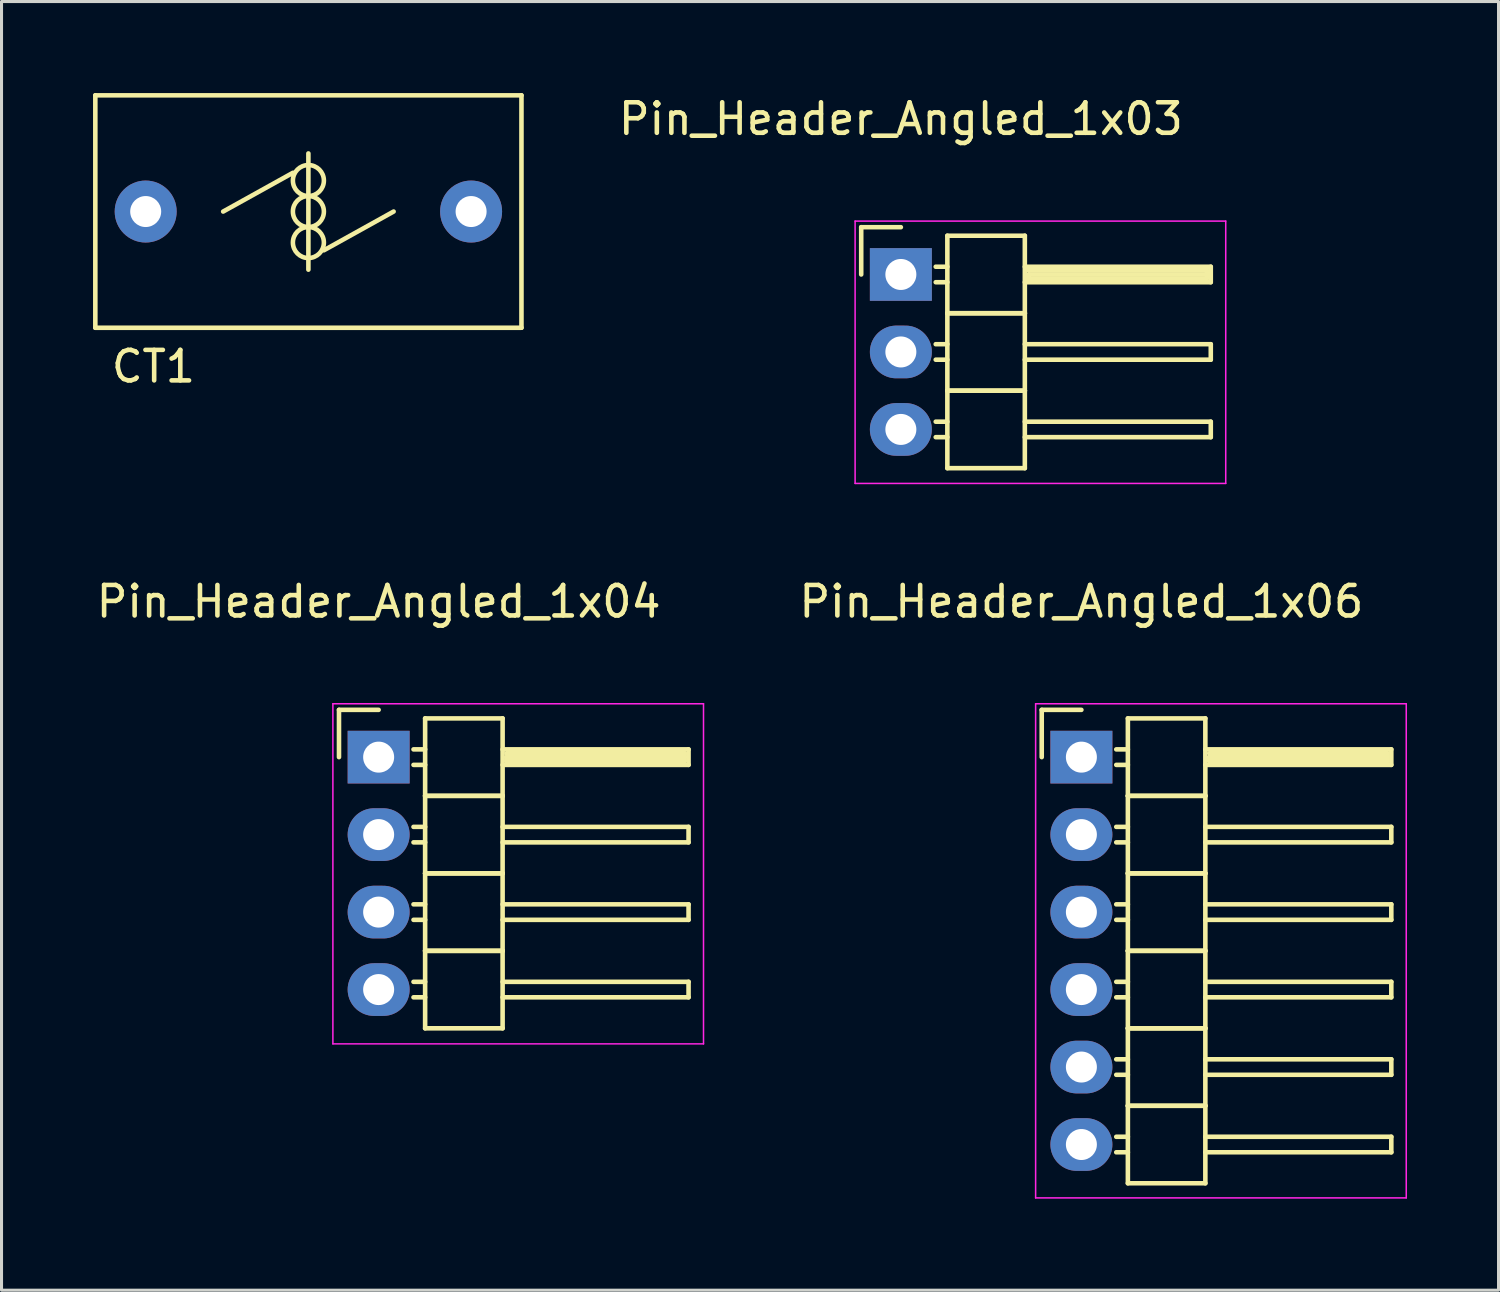
<source format=kicad_pcb>
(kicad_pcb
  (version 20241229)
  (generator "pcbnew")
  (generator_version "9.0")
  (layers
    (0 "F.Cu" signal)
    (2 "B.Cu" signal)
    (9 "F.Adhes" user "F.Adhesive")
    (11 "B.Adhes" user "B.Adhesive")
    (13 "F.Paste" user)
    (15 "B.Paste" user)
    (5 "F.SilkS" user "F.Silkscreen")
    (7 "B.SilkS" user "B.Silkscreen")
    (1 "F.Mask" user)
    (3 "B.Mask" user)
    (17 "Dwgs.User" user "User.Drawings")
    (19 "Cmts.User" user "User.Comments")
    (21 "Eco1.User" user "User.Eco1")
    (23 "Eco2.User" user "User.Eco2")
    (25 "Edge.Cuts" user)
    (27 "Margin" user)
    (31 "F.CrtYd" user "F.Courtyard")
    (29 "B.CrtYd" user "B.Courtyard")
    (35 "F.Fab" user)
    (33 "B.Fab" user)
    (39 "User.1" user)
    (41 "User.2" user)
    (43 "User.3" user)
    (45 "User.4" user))
  (footprint "Pin_Header_Angled_1x04"
    (layer "F.Cu")
    (at 9.363 21.771)
    (property "Reference" "Pin_Header_Angled_1x04" (at 0 -5.1 0) (layer "F.SilkS") (effects (font (size 1 1) (thickness 0.15))))
    (attr through_hole)
    (fp_line (start -1.3 -1.55) (end -1.3 0) (stroke (width 0.15) (type solid)) (layer "F.SilkS"))
    (fp_line (start 0 -1.55) (end -1.3 -1.55) (stroke (width 0.15) (type solid)) (layer "F.SilkS"))
    (fp_line (start 1.524 -1.27) (end 1.524 1.27) (stroke (width 0.15) (type solid)) (layer "F.SilkS"))
    (fp_line (start 1.524 -1.27) (end 4.064 -1.27) (stroke (width 0.15) (type solid)) (layer "F.SilkS"))
    (fp_line (start 1.524 -0.254) (end 1.143 -0.254) (stroke (width 0.15) (type solid)) (layer "F.SilkS"))
    (fp_line (start 1.524 0.254) (end 1.143 0.254) (stroke (width 0.15) (type solid)) (layer "F.SilkS"))
    (fp_line (start 1.524 1.27) (end 1.524 3.81) (stroke (width 0.15) (type solid)) (layer "F.SilkS"))
    (fp_line (start 1.524 1.27) (end 4.064 1.27) (stroke (width 0.15) (type solid)) (layer "F.SilkS"))
    (fp_line (start 1.524 1.27) (end 4.064 1.27) (stroke (width 0.15) (type solid)) (layer "F.SilkS"))
    (fp_line (start 1.524 2.286) (end 1.143 2.286) (stroke (width 0.15) (type solid)) (layer "F.SilkS"))
    (fp_line (start 1.524 2.794) (end 1.143 2.794) (stroke (width 0.15) (type solid)) (layer "F.SilkS"))
    (fp_line (start 1.524 3.81) (end 1.524 6.35) (stroke (width 0.15) (type solid)) (layer "F.SilkS"))
    (fp_line (start 1.524 3.81) (end 4.064 3.81) (stroke (width 0.15) (type solid)) (layer "F.SilkS"))
    (fp_line (start 1.524 3.81) (end 4.064 3.81) (stroke (width 0.15) (type solid)) (layer "F.SilkS"))
    (fp_line (start 1.524 4.826) (end 1.143 4.826) (stroke (width 0.15) (type solid)) (layer "F.SilkS"))
    (fp_line (start 1.524 5.334) (end 1.143 5.334) (stroke (width 0.15) (type solid)) (layer "F.SilkS"))
    (fp_line (start 1.524 6.35) (end 1.524 8.89) (stroke (width 0.15) (type solid)) (layer "F.SilkS"))
    (fp_line (start 1.524 6.35) (end 4.064 6.35) (stroke (width 0.15) (type solid)) (layer "F.SilkS"))
    (fp_line (start 1.524 6.35) (end 4.064 6.35) (stroke (width 0.15) (type solid)) (layer "F.SilkS"))
    (fp_line (start 1.524 7.366) (end 1.143 7.366) (stroke (width 0.15) (type solid)) (layer "F.SilkS"))
    (fp_line (start 1.524 7.874) (end 1.143 7.874) (stroke (width 0.15) (type solid)) (layer "F.SilkS"))
    (fp_line (start 1.524 8.89) (end 4.064 8.89) (stroke (width 0.15) (type solid)) (layer "F.SilkS"))
    (fp_line (start 4.064 -0.254) (end 10.16 -0.254) (stroke (width 0.15) (type solid)) (layer "F.SilkS"))
    (fp_line (start 4.064 1.27) (end 4.064 -1.27) (stroke (width 0.15) (type solid)) (layer "F.SilkS"))
    (fp_line (start 4.064 2.286) (end 10.16 2.286) (stroke (width 0.15) (type solid)) (layer "F.SilkS"))
    (fp_line (start 4.064 3.81) (end 4.064 1.27) (stroke (width 0.15) (type solid)) (layer "F.SilkS"))
    (fp_line (start 4.064 4.826) (end 10.16 4.826) (stroke (width 0.15) (type solid)) (layer "F.SilkS"))
    (fp_line (start 4.064 6.35) (end 4.064 3.81) (stroke (width 0.15) (type solid)) (layer "F.SilkS"))
    (fp_line (start 4.064 7.366) (end 10.16 7.366) (stroke (width 0.15) (type solid)) (layer "F.SilkS"))
    (fp_line (start 4.064 8.89) (end 4.064 6.35) (stroke (width 0.15) (type solid)) (layer "F.SilkS"))
    (fp_line (start 4.191 -0.127) (end 10.033 -0.127) (stroke (width 0.15) (type solid)) (layer "F.SilkS"))
    (fp_line (start 4.191 0) (end 10.033 0) (stroke (width 0.15) (type solid)) (layer "F.SilkS"))
    (fp_line (start 4.191 0.127) (end 4.191 0) (stroke (width 0.15) (type solid)) (layer "F.SilkS"))
    (fp_line (start 10.033 -0.127) (end 10.033 0.127) (stroke (width 0.15) (type solid)) (layer "F.SilkS"))
    (fp_line (start 10.033 0.127) (end 4.191 0.127) (stroke (width 0.15) (type solid)) (layer "F.SilkS"))
    (fp_line (start 10.16 -0.254) (end 10.16 0.254) (stroke (width 0.15) (type solid)) (layer "F.SilkS"))
    (fp_line (start 10.16 0.254) (end 4.064 0.254) (stroke (width 0.15) (type solid)) (layer "F.SilkS"))
    (fp_line (start 10.16 2.286) (end 10.16 2.794) (stroke (width 0.15) (type solid)) (layer "F.SilkS"))
    (fp_line (start 10.16 2.794) (end 4.064 2.794) (stroke (width 0.15) (type solid)) (layer "F.SilkS"))
    (fp_line (start 10.16 4.826) (end 10.16 5.334) (stroke (width 0.15) (type solid)) (layer "F.SilkS"))
    (fp_line (start 10.16 5.334) (end 4.064 5.334) (stroke (width 0.15) (type solid)) (layer "F.SilkS"))
    (fp_line (start 10.16 7.366) (end 10.16 7.874) (stroke (width 0.15) (type solid)) (layer "F.SilkS"))
    (fp_line (start 10.16 7.874) (end 4.064 7.874) (stroke (width 0.15) (type solid)) (layer "F.SilkS"))
    (fp_line (start -1.5 -1.75) (end -1.5 9.4) (stroke (width 0.05) (type solid)) (layer "F.CrtYd"))
    (fp_line (start -1.5 -1.75) (end 10.65 -1.75) (stroke (width 0.05) (type solid)) (layer "F.CrtYd"))
    (fp_line (start -1.5 9.4) (end 10.65 9.4) (stroke (width 0.05) (type solid)) (layer "F.CrtYd"))
    (fp_line (start 10.65 -1.75) (end 10.65 9.4) (stroke (width 0.05) (type solid)) (layer "F.CrtYd"))
    (pad "1" thru_hole rect (at 0 0) (size 2.032 1.727) (drill 1.016) (layers "*.Cu" "*.Mask"))
    (pad "2" thru_hole oval (at 0 2.54) (size 2.032 1.727) (drill 1.016) (layers "*.Cu" "*.Mask"))
    (pad "3" thru_hole oval (at 0 5.08) (size 2.032 1.727) (drill 1.016) (layers "*.Cu" "*.Mask"))
    (pad "4" thru_hole oval (at 0 7.62) (size 2.032 1.727) (drill 1.016) (layers "*.Cu" "*.Mask")))
  (footprint "Pin_Header_Angled_1x06"
    (layer "F.Cu")
    (at 32.401 21.771)
    (property "Reference" "Pin_Header_Angled_1x06" (at 0 -5.1 0) (layer "F.SilkS") (effects (font (size 1 1) (thickness 0.15))))
    (attr through_hole)
    (fp_line (start -1.3 -1.55) (end -1.3 0) (stroke (width 0.15) (type solid)) (layer "F.SilkS"))
    (fp_line (start 0 -1.55) (end -1.3 -1.55) (stroke (width 0.15) (type solid)) (layer "F.SilkS"))
    (fp_line (start 1.524 -1.27) (end 1.524 1.27) (stroke (width 0.15) (type solid)) (layer "F.SilkS"))
    (fp_line (start 1.524 -1.27) (end 4.064 -1.27) (stroke (width 0.15) (type solid)) (layer "F.SilkS"))
    (fp_line (start 1.524 -0.254) (end 1.143 -0.254) (stroke (width 0.15) (type solid)) (layer "F.SilkS"))
    (fp_line (start 1.524 0.254) (end 1.143 0.254) (stroke (width 0.15) (type solid)) (layer "F.SilkS"))
    (fp_line (start 1.524 1.27) (end 1.524 3.81) (stroke (width 0.15) (type solid)) (layer "F.SilkS"))
    (fp_line (start 1.524 1.27) (end 4.064 1.27) (stroke (width 0.15) (type solid)) (layer "F.SilkS"))
    (fp_line (start 1.524 1.27) (end 4.064 1.27) (stroke (width 0.15) (type solid)) (layer "F.SilkS"))
    (fp_line (start 1.524 2.286) (end 1.143 2.286) (stroke (width 0.15) (type solid)) (layer "F.SilkS"))
    (fp_line (start 1.524 2.794) (end 1.143 2.794) (stroke (width 0.15) (type solid)) (layer "F.SilkS"))
    (fp_line (start 1.524 3.81) (end 1.524 6.35) (stroke (width 0.15) (type solid)) (layer "F.SilkS"))
    (fp_line (start 1.524 3.81) (end 4.064 3.81) (stroke (width 0.15) (type solid)) (layer "F.SilkS"))
    (fp_line (start 1.524 3.81) (end 4.064 3.81) (stroke (width 0.15) (type solid)) (layer "F.SilkS"))
    (fp_line (start 1.524 4.826) (end 1.143 4.826) (stroke (width 0.15) (type solid)) (layer "F.SilkS"))
    (fp_line (start 1.524 5.334) (end 1.143 5.334) (stroke (width 0.15) (type solid)) (layer "F.SilkS"))
    (fp_line (start 1.524 6.35) (end 1.524 8.89) (stroke (width 0.15) (type solid)) (layer "F.SilkS"))
    (fp_line (start 1.524 6.35) (end 4.064 6.35) (stroke (width 0.15) (type solid)) (layer "F.SilkS"))
    (fp_line (start 1.524 6.35) (end 4.064 6.35) (stroke (width 0.15) (type solid)) (layer "F.SilkS"))
    (fp_line (start 1.524 7.366) (end 1.143 7.366) (stroke (width 0.15) (type solid)) (layer "F.SilkS"))
    (fp_line (start 1.524 7.874) (end 1.143 7.874) (stroke (width 0.15) (type solid)) (layer "F.SilkS"))
    (fp_line (start 1.524 8.89) (end 1.524 11.43) (stroke (width 0.15) (type solid)) (layer "F.SilkS"))
    (fp_line (start 1.524 8.89) (end 4.064 8.89) (stroke (width 0.15) (type solid)) (layer "F.SilkS"))
    (fp_line (start 1.524 8.89) (end 4.064 8.89) (stroke (width 0.15) (type solid)) (layer "F.SilkS"))
    (fp_line (start 1.524 9.906) (end 1.143 9.906) (stroke (width 0.15) (type solid)) (layer "F.SilkS"))
    (fp_line (start 1.524 10.414) (end 1.143 10.414) (stroke (width 0.15) (type solid)) (layer "F.SilkS"))
    (fp_line (start 1.524 11.43) (end 1.524 13.97) (stroke (width 0.15) (type solid)) (layer "F.SilkS"))
    (fp_line (start 1.524 11.43) (end 4.064 11.43) (stroke (width 0.15) (type solid)) (layer "F.SilkS"))
    (fp_line (start 1.524 11.43) (end 4.064 11.43) (stroke (width 0.15) (type solid)) (layer "F.SilkS"))
    (fp_line (start 1.524 12.446) (end 1.143 12.446) (stroke (width 0.15) (type solid)) (layer "F.SilkS"))
    (fp_line (start 1.524 12.954) (end 1.143 12.954) (stroke (width 0.15) (type solid)) (layer "F.SilkS"))
    (fp_line (start 1.524 13.97) (end 4.064 13.97) (stroke (width 0.15) (type solid)) (layer "F.SilkS"))
    (fp_line (start 4.064 -0.254) (end 10.16 -0.254) (stroke (width 0.15) (type solid)) (layer "F.SilkS"))
    (fp_line (start 4.064 1.27) (end 4.064 -1.27) (stroke (width 0.15) (type solid)) (layer "F.SilkS"))
    (fp_line (start 4.064 2.286) (end 10.16 2.286) (stroke (width 0.15) (type solid)) (layer "F.SilkS"))
    (fp_line (start 4.064 3.81) (end 4.064 1.27) (stroke (width 0.15) (type solid)) (layer "F.SilkS"))
    (fp_line (start 4.064 4.826) (end 10.16 4.826) (stroke (width 0.15) (type solid)) (layer "F.SilkS"))
    (fp_line (start 4.064 6.35) (end 4.064 3.81) (stroke (width 0.15) (type solid)) (layer "F.SilkS"))
    (fp_line (start 4.064 7.366) (end 10.16 7.366) (stroke (width 0.15) (type solid)) (layer "F.SilkS"))
    (fp_line (start 4.064 8.89) (end 4.064 6.35) (stroke (width 0.15) (type solid)) (layer "F.SilkS"))
    (fp_line (start 4.064 9.906) (end 10.16 9.906) (stroke (width 0.15) (type solid)) (layer "F.SilkS"))
    (fp_line (start 4.064 11.43) (end 4.064 8.89) (stroke (width 0.15) (type solid)) (layer "F.SilkS"))
    (fp_line (start 4.064 12.446) (end 10.16 12.446) (stroke (width 0.15) (type solid)) (layer "F.SilkS"))
    (fp_line (start 4.064 13.97) (end 4.064 11.43) (stroke (width 0.15) (type solid)) (layer "F.SilkS"))
    (fp_line (start 4.191 -0.127) (end 10.033 -0.127) (stroke (width 0.15) (type solid)) (layer "F.SilkS"))
    (fp_line (start 4.191 0) (end 10.033 0) (stroke (width 0.15) (type solid)) (layer "F.SilkS"))
    (fp_line (start 4.191 0.127) (end 4.191 0) (stroke (width 0.15) (type solid)) (layer "F.SilkS"))
    (fp_line (start 10.033 -0.127) (end 10.033 0.127) (stroke (width 0.15) (type solid)) (layer "F.SilkS"))
    (fp_line (start 10.033 0.127) (end 4.191 0.127) (stroke (width 0.15) (type solid)) (layer "F.SilkS"))
    (fp_line (start 10.16 -0.254) (end 10.16 0.254) (stroke (width 0.15) (type solid)) (layer "F.SilkS"))
    (fp_line (start 10.16 0.254) (end 4.064 0.254) (stroke (width 0.15) (type solid)) (layer "F.SilkS"))
    (fp_line (start 10.16 2.286) (end 10.16 2.794) (stroke (width 0.15) (type solid)) (layer "F.SilkS"))
    (fp_line (start 10.16 2.794) (end 4.064 2.794) (stroke (width 0.15) (type solid)) (layer "F.SilkS"))
    (fp_line (start 10.16 4.826) (end 10.16 5.334) (stroke (width 0.15) (type solid)) (layer "F.SilkS"))
    (fp_line (start 10.16 5.334) (end 4.064 5.334) (stroke (width 0.15) (type solid)) (layer "F.SilkS"))
    (fp_line (start 10.16 7.366) (end 10.16 7.874) (stroke (width 0.15) (type solid)) (layer "F.SilkS"))
    (fp_line (start 10.16 7.874) (end 4.064 7.874) (stroke (width 0.15) (type solid)) (layer "F.SilkS"))
    (fp_line (start 10.16 9.906) (end 10.16 10.414) (stroke (width 0.15) (type solid)) (layer "F.SilkS"))
    (fp_line (start 10.16 10.414) (end 4.064 10.414) (stroke (width 0.15) (type solid)) (layer "F.SilkS"))
    (fp_line (start 10.16 12.446) (end 10.16 12.954) (stroke (width 0.15) (type solid)) (layer "F.SilkS"))
    (fp_line (start 10.16 12.954) (end 4.064 12.954) (stroke (width 0.15) (type solid)) (layer "F.SilkS"))
    (fp_line (start -1.5 -1.75) (end -1.5 14.45) (stroke (width 0.05) (type solid)) (layer "F.CrtYd"))
    (fp_line (start -1.5 -1.75) (end 10.65 -1.75) (stroke (width 0.05) (type solid)) (layer "F.CrtYd"))
    (fp_line (start -1.5 14.45) (end 10.65 14.45) (stroke (width 0.05) (type solid)) (layer "F.CrtYd"))
    (fp_line (start 10.65 -1.75) (end 10.65 14.45) (stroke (width 0.05) (type solid)) (layer "F.CrtYd"))
    (pad "1" thru_hole rect (at 0 0) (size 2.032 1.727) (drill 1.016) (layers "*.Cu" "*.Mask"))
    (pad "2" thru_hole oval (at 0 2.54) (size 2.032 1.727) (drill 1.016) (layers "*.Cu" "*.Mask"))
    (pad "3" thru_hole oval (at 0 5.08) (size 2.032 1.727) (drill 1.016) (layers "*.Cu" "*.Mask"))
    (pad "4" thru_hole oval (at 0 7.62) (size 2.032 1.727) (drill 1.016) (layers "*.Cu" "*.Mask"))
    (pad "5" thru_hole oval (at 0 10.16) (size 2.032 1.727) (drill 1.016) (layers "*.Cu" "*.Mask"))
    (pad "6" thru_hole oval (at 0 12.7) (size 2.032 1.727) (drill 1.016) (layers "*.Cu" "*.Mask")))
  (footprint "Pin_Header_Angled_1x03"
    (layer "F.Cu")
    (at 26.483 5.948)
    (property "Reference" "Pin_Header_Angled_1x03" (at 0 -5.1 0) (layer "F.SilkS") (effects (font (size 1 1) (thickness 0.15))))
    (attr through_hole)
    (fp_line (start -1.3 -1.55) (end -1.3 0) (stroke (width 0.15) (type solid)) (layer "F.SilkS"))
    (fp_line (start 0 -1.55) (end -1.3 -1.55) (stroke (width 0.15) (type solid)) (layer "F.SilkS"))
    (fp_line (start 1.524 -1.27) (end 1.524 1.27) (stroke (width 0.15) (type solid)) (layer "F.SilkS"))
    (fp_line (start 1.524 -1.27) (end 4.064 -1.27) (stroke (width 0.15) (type solid)) (layer "F.SilkS"))
    (fp_line (start 1.524 -0.254) (end 1.143 -0.254) (stroke (width 0.15) (type solid)) (layer "F.SilkS"))
    (fp_line (start 1.524 0.254) (end 1.143 0.254) (stroke (width 0.15) (type solid)) (layer "F.SilkS"))
    (fp_line (start 1.524 1.27) (end 1.524 3.81) (stroke (width 0.15) (type solid)) (layer "F.SilkS"))
    (fp_line (start 1.524 1.27) (end 4.064 1.27) (stroke (width 0.15) (type solid)) (layer "F.SilkS"))
    (fp_line (start 1.524 1.27) (end 4.064 1.27) (stroke (width 0.15) (type solid)) (layer "F.SilkS"))
    (fp_line (start 1.524 2.286) (end 1.143 2.286) (stroke (width 0.15) (type solid)) (layer "F.SilkS"))
    (fp_line (start 1.524 2.794) (end 1.143 2.794) (stroke (width 0.15) (type solid)) (layer "F.SilkS"))
    (fp_line (start 1.524 3.81) (end 1.524 6.35) (stroke (width 0.15) (type solid)) (layer "F.SilkS"))
    (fp_line (start 1.524 3.81) (end 4.064 3.81) (stroke (width 0.15) (type solid)) (layer "F.SilkS"))
    (fp_line (start 1.524 3.81) (end 4.064 3.81) (stroke (width 0.15) (type solid)) (layer "F.SilkS"))
    (fp_line (start 1.524 4.826) (end 1.143 4.826) (stroke (width 0.15) (type solid)) (layer "F.SilkS"))
    (fp_line (start 1.524 5.334) (end 1.143 5.334) (stroke (width 0.15) (type solid)) (layer "F.SilkS"))
    (fp_line (start 1.524 6.35) (end 4.064 6.35) (stroke (width 0.15) (type solid)) (layer "F.SilkS"))
    (fp_line (start 4.064 -0.254) (end 10.16 -0.254) (stroke (width 0.15) (type solid)) (layer "F.SilkS"))
    (fp_line (start 4.064 1.27) (end 4.064 -1.27) (stroke (width 0.15) (type solid)) (layer "F.SilkS"))
    (fp_line (start 4.064 2.286) (end 10.16 2.286) (stroke (width 0.15) (type solid)) (layer "F.SilkS"))
    (fp_line (start 4.064 3.81) (end 4.064 1.27) (stroke (width 0.15) (type solid)) (layer "F.SilkS"))
    (fp_line (start 4.064 4.826) (end 10.16 4.826) (stroke (width 0.15) (type solid)) (layer "F.SilkS"))
    (fp_line (start 4.064 6.35) (end 4.064 3.81) (stroke (width 0.15) (type solid)) (layer "F.SilkS"))
    (fp_line (start 4.191 -0.127) (end 10.033 -0.127) (stroke (width 0.15) (type solid)) (layer "F.SilkS"))
    (fp_line (start 4.191 0) (end 10.033 0) (stroke (width 0.15) (type solid)) (layer "F.SilkS"))
    (fp_line (start 4.191 0.127) (end 4.191 0) (stroke (width 0.15) (type solid)) (layer "F.SilkS"))
    (fp_line (start 10.033 -0.127) (end 10.033 0.127) (stroke (width 0.15) (type solid)) (layer "F.SilkS"))
    (fp_line (start 10.033 0.127) (end 4.191 0.127) (stroke (width 0.15) (type solid)) (layer "F.SilkS"))
    (fp_line (start 10.16 -0.254) (end 10.16 0.254) (stroke (width 0.15) (type solid)) (layer "F.SilkS"))
    (fp_line (start 10.16 0.254) (end 4.064 0.254) (stroke (width 0.15) (type solid)) (layer "F.SilkS"))
    (fp_line (start 10.16 2.286) (end 10.16 2.794) (stroke (width 0.15) (type solid)) (layer "F.SilkS"))
    (fp_line (start 10.16 2.794) (end 4.064 2.794) (stroke (width 0.15) (type solid)) (layer "F.SilkS"))
    (fp_line (start 10.16 4.826) (end 10.16 5.334) (stroke (width 0.15) (type solid)) (layer "F.SilkS"))
    (fp_line (start 10.16 5.334) (end 4.064 5.334) (stroke (width 0.15) (type solid)) (layer "F.SilkS"))
    (fp_line (start -1.5 -1.75) (end -1.5 6.85) (stroke (width 0.05) (type solid)) (layer "F.CrtYd"))
    (fp_line (start -1.5 -1.75) (end 10.65 -1.75) (stroke (width 0.05) (type solid)) (layer "F.CrtYd"))
    (fp_line (start -1.5 6.85) (end 10.65 6.85) (stroke (width 0.05) (type solid)) (layer "F.CrtYd"))
    (fp_line (start 10.65 -1.75) (end 10.65 6.85) (stroke (width 0.05) (type solid)) (layer "F.CrtYd"))
    (pad "1" thru_hole rect (at 0 0) (size 2.032 1.727) (drill 1.016) (layers "*.Cu" "*.Mask"))
    (pad "2" thru_hole oval (at 0 2.54) (size 2.032 1.727) (drill 1.016) (layers "*.Cu" "*.Mask"))
    (pad "3" thru_hole oval (at 0 5.08) (size 2.032 1.727) (drill 1.016) (layers "*.Cu" "*.Mask")))
  (footprint "CT1"
    (layer "F.Cu")
    (at 7.06 3.885)
    (property "Reference" "CT1" (at -5.08 5.08 0) (layer "F.SilkS") (effects (font (size 1 1) (thickness 0.15))))
    (attr through_hole)
    (fp_line (start -6.985 -3.81) (end -6.985 3.81) (stroke (width 0.15) (type solid)) (layer "F.SilkS"))
    (fp_line (start -6.985 3.81) (end 6.985 3.81) (stroke (width 0.15) (type solid)) (layer "F.SilkS"))
    (fp_line (start -2.794 0) (end -0.508 -1.27) (stroke (width 0.15) (type solid)) (layer "F.SilkS"))
    (fp_line (start 0 -1.905) (end 0 1.905) (stroke (width 0.15) (type solid)) (layer "F.SilkS"))
    (fp_line (start 2.794 0) (end 0.508 1.27) (stroke (width 0.15) (type solid)) (layer "F.SilkS"))
    (fp_line (start 6.985 -3.81) (end -6.985 -3.81) (stroke (width 0.15) (type solid)) (layer "F.SilkS"))
    (fp_line (start 6.985 3.81) (end 6.985 -3.81) (stroke (width 0.15) (type solid)) (layer "F.SilkS"))
    (fp_circle (center 0 -1.016) (end 0 -1.524) (stroke (width 0.15) (type solid)) (fill no) (layer "F.SilkS"))
    (fp_circle (center 0 0) (end 0 -0.508) (stroke (width 0.15) (type solid)) (fill no) (layer "F.SilkS"))
    (fp_circle (center 0 1.016) (end 0 1.524) (stroke (width 0.15) (type solid)) (fill no) (layer "F.SilkS"))
    (pad "1" thru_hole circle (at -5.334 0) (size 2.032 2.032) (drill 1.016) (layers "*.Cu" "*.Mask"))
    (pad "2" thru_hole circle (at 5.334 0) (size 2.032 2.032) (drill 1.016) (layers "*.Cu" "*.Mask")))
  (gr_rect
    (start -3 -3)
    (end 46.076 39.246)
    (stroke (width 0.1) (type default))
    (fill no)
    (layer "Edge.Cuts")))
</source>
